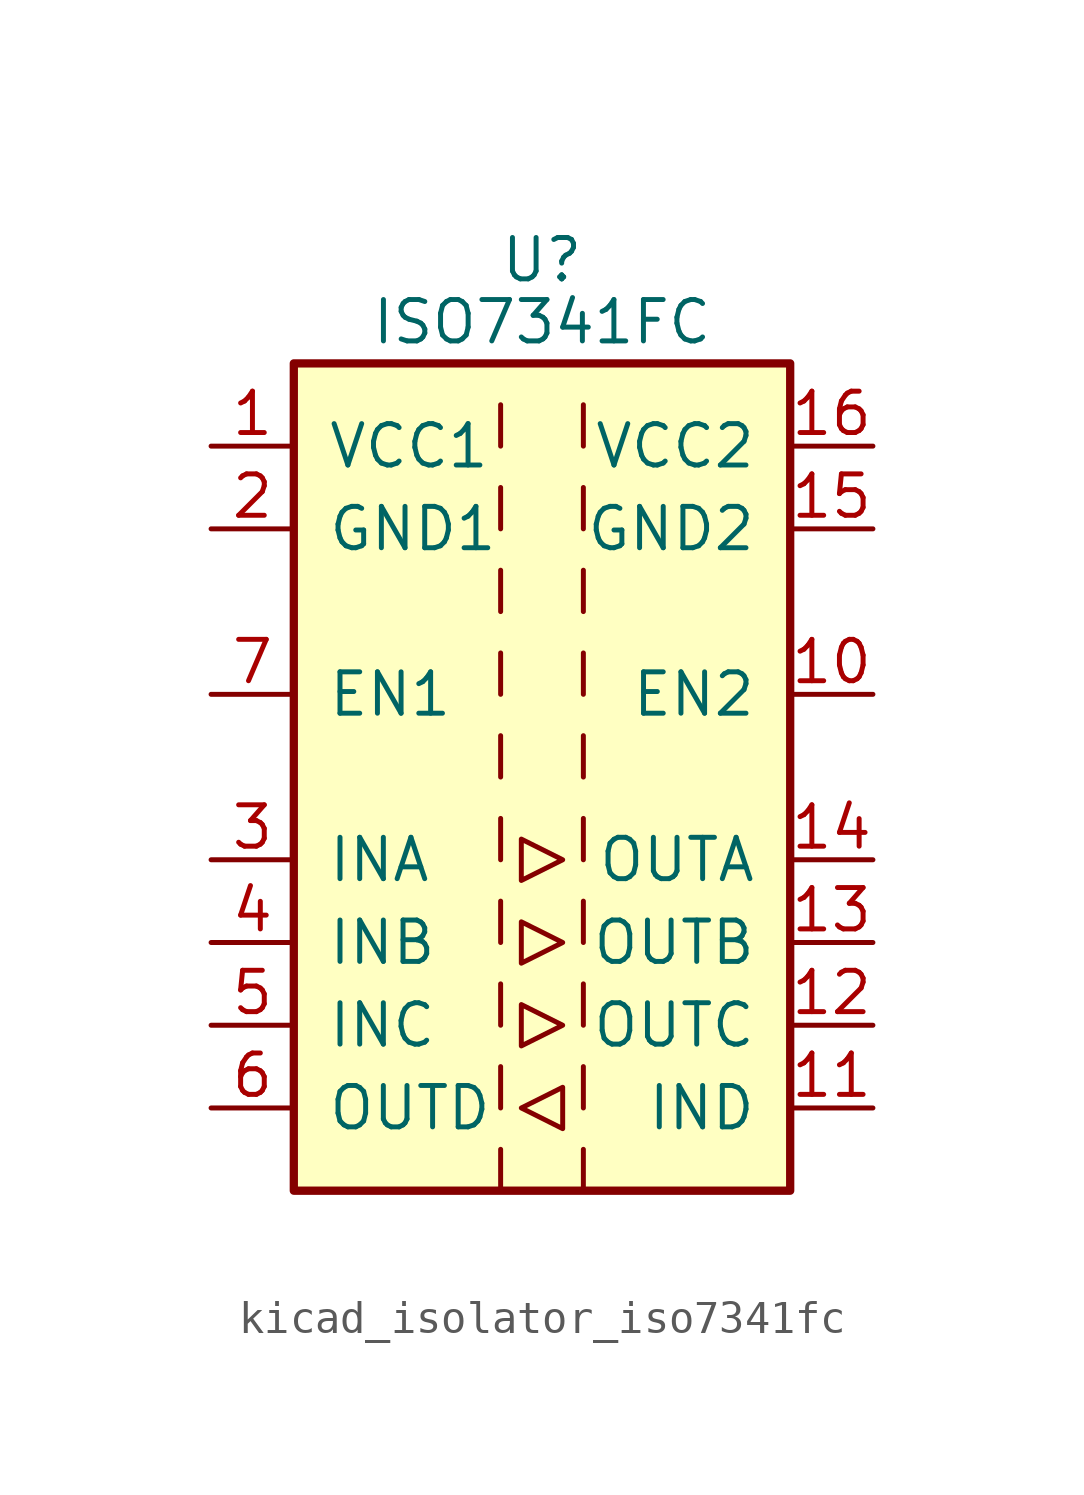
<source format=kicad_sym>
(kicad_symbol_lib
  (version 20220914)
  (generator kicad_symbol_editor)
  (symbol "kicad_isolator_iso7341fc"
    (pin_names
      (offset 1.016))
    (property "Reference" "U"
      (at 0 15.875 0)
      (effects (font (size 1.27 1.27))))
    (property "Value" "ISO7341FC"
      (at 0 13.97 0)
      (effects (font (size 1.27 1.27))))
    (symbol "kicad_isolator_iso7341fc_0_1"
      (rectangle (start -7.62 12.7) (end 7.62 -12.7) (stroke (width 0.254) (type default)) (fill (type background)))
      (polyline (pts (xy -1.27 -11.43) (xy -1.27 -12.7)) (stroke (width 0) (type default)) (fill (type none)))
      (polyline (pts (xy -1.27 -8.89) (xy -1.27 -10.16)) (stroke (width 0) (type default)) (fill (type none)))
      (polyline (pts (xy -1.27 -6.35) (xy -1.27 -7.62)) (stroke (width 0) (type default)) (fill (type none)))
      (polyline (pts (xy -1.27 -3.81) (xy -1.27 -5.08)) (stroke (width 0) (type default)) (fill (type none)))
      (polyline (pts (xy -1.27 -1.27) (xy -1.27 -2.54)) (stroke (width 0) (type default)) (fill (type none)))
      (polyline (pts (xy -1.27 1.27) (xy -1.27 0)) (stroke (width 0) (type default)) (fill (type none)))
      (polyline (pts (xy -1.27 3.81) (xy -1.27 2.54)) (stroke (width 0) (type default)) (fill (type none)))
      (polyline (pts (xy -1.27 6.35) (xy -1.27 5.08)) (stroke (width 0) (type default)) (fill (type none)))
      (polyline (pts (xy -1.27 8.89) (xy -1.27 7.62)) (stroke (width 0) (type default)) (fill (type none)))
      (polyline (pts (xy -1.27 11.43) (xy -1.27 10.16)) (stroke (width 0) (type default)) (fill (type none)))
      (polyline (pts (xy 1.27 -11.43) (xy 1.27 -12.7)) (stroke (width 0) (type default)) (fill (type none)))
      (polyline (pts (xy 1.27 -8.89) (xy 1.27 -10.16)) (stroke (width 0) (type default)) (fill (type none)))
      (polyline (pts (xy 1.27 -6.35) (xy 1.27 -7.62)) (stroke (width 0) (type default)) (fill (type none)))
      (polyline (pts (xy 1.27 -3.81) (xy 1.27 -5.08)) (stroke (width 0) (type default)) (fill (type none)))
      (polyline (pts (xy 1.27 -1.27) (xy 1.27 -2.54)) (stroke (width 0) (type default)) (fill (type none)))
      (polyline (pts (xy 1.27 1.27) (xy 1.27 0)) (stroke (width 0) (type default)) (fill (type none)))
      (polyline (pts (xy 1.27 3.81) (xy 1.27 2.54)) (stroke (width 0) (type default)) (fill (type none)))
      (polyline (pts (xy 1.27 6.35) (xy 1.27 5.08)) (stroke (width 0) (type default)) (fill (type none)))
      (polyline (pts (xy 1.27 8.89) (xy 1.27 7.62)) (stroke (width 0) (type default)) (fill (type none)))
      (polyline (pts (xy 1.27 11.43) (xy 1.27 10.16)) (stroke (width 0) (type default)) (fill (type none)))
      (polyline (pts (xy -0.635 -10.16) (xy 0.635 -9.525) (xy 0.635 -10.795) (xy -0.635 -10.16)) (stroke (width 0) (type default)) (fill (type none)))
      (polyline (pts (xy -0.635 -6.985) (xy -0.635 -8.255) (xy 0.635 -7.62) (xy -0.635 -6.985)) (stroke (width 0) (type default)) (fill (type none)))
      (polyline (pts (xy -0.635 -4.445) (xy -0.635 -5.715) (xy 0.635 -5.08) (xy -0.635 -4.445)) (stroke (width 0) (type default)) (fill (type none)))
      (polyline (pts (xy -0.635 -1.905) (xy -0.635 -3.175) (xy 0.635 -2.54) (xy -0.635 -1.905)) (stroke (width 0) (type default)) (fill (type none))))
    (symbol "kicad_isolator_iso7341fc_1_1"
      (pin power_in line (at -10.16 10.16 0) (length 2.54) (name "VCC1" (effects (font (size 1.27 1.27)))) (number "1" (effects (font (size 1.27 1.27)))))
      (pin input line (at 10.16 2.54 180) (length 2.54) (name "EN2" (effects (font (size 1.27 1.27)))) (number "10" (effects (font (size 1.27 1.27)))))
      (pin input line (at 10.16 -10.16 180) (length 2.54) (name "IND" (effects (font (size 1.27 1.27)))) (number "11" (effects (font (size 1.27 1.27)))))
      (pin output line (at 10.16 -7.62 180) (length 2.54) (name "OUTC" (effects (font (size 1.27 1.27)))) (number "12" (effects (font (size 1.27 1.27)))))
      (pin output line (at 10.16 -5.08 180) (length 2.54) (name "OUTB" (effects (font (size 1.27 1.27)))) (number "13" (effects (font (size 1.27 1.27)))))
      (pin output line (at 10.16 -2.54 180) (length 2.54) (name "OUTA" (effects (font (size 1.27 1.27)))) (number "14" (effects (font (size 1.27 1.27)))))
      (pin power_in line (at 10.16 7.62 180) (length 2.54) (name "GND2" (effects (font (size 1.27 1.27)))) (number "15" (effects (font (size 1.27 1.27)))))
      (pin power_in line (at 10.16 10.16 180) (length 2.54) (name "VCC2" (effects (font (size 1.27 1.27)))) (number "16" (effects (font (size 1.27 1.27)))))
      (pin power_in line (at -10.16 7.62 0) (length 2.54) (name "GND1" (effects (font (size 1.27 1.27)))) (number "2" (effects (font (size 1.27 1.27)))))
      (pin input line (at -10.16 -2.54 0) (length 2.54) (name "INA" (effects (font (size 1.27 1.27)))) (number "3" (effects (font (size 1.27 1.27)))))
      (pin input line (at -10.16 -5.08 0) (length 2.54) (name "INB" (effects (font (size 1.27 1.27)))) (number "4" (effects (font (size 1.27 1.27)))))
      (pin input line (at -10.16 -7.62 0) (length 2.54) (name "INC" (effects (font (size 1.27 1.27)))) (number "5" (effects (font (size 1.27 1.27)))))
      (pin output line (at -10.16 -10.16 0) (length 2.54) (name "OUTD" (effects (font (size 1.27 1.27)))) (number "6" (effects (font (size 1.27 1.27)))))
      (pin input line (at -10.16 2.54 0) (length 2.54) (name "EN1" (effects (font (size 1.27 1.27)))) (number "7" (effects (font (size 1.27 1.27)))))
      (pin passive line (at -10.16 7.62 0) (length 2.54) hide (name "GND1" (effects (font (size 1.27 1.27)))) (number "8" (effects (font (size 1.27 1.27)))))
      (pin passive line (at 10.16 7.62 180) (length 2.54) hide (name "GND2" (effects (font (size 1.27 1.27)))) (number "9" (effects (font (size 1.27 1.27))))))))
</source>
